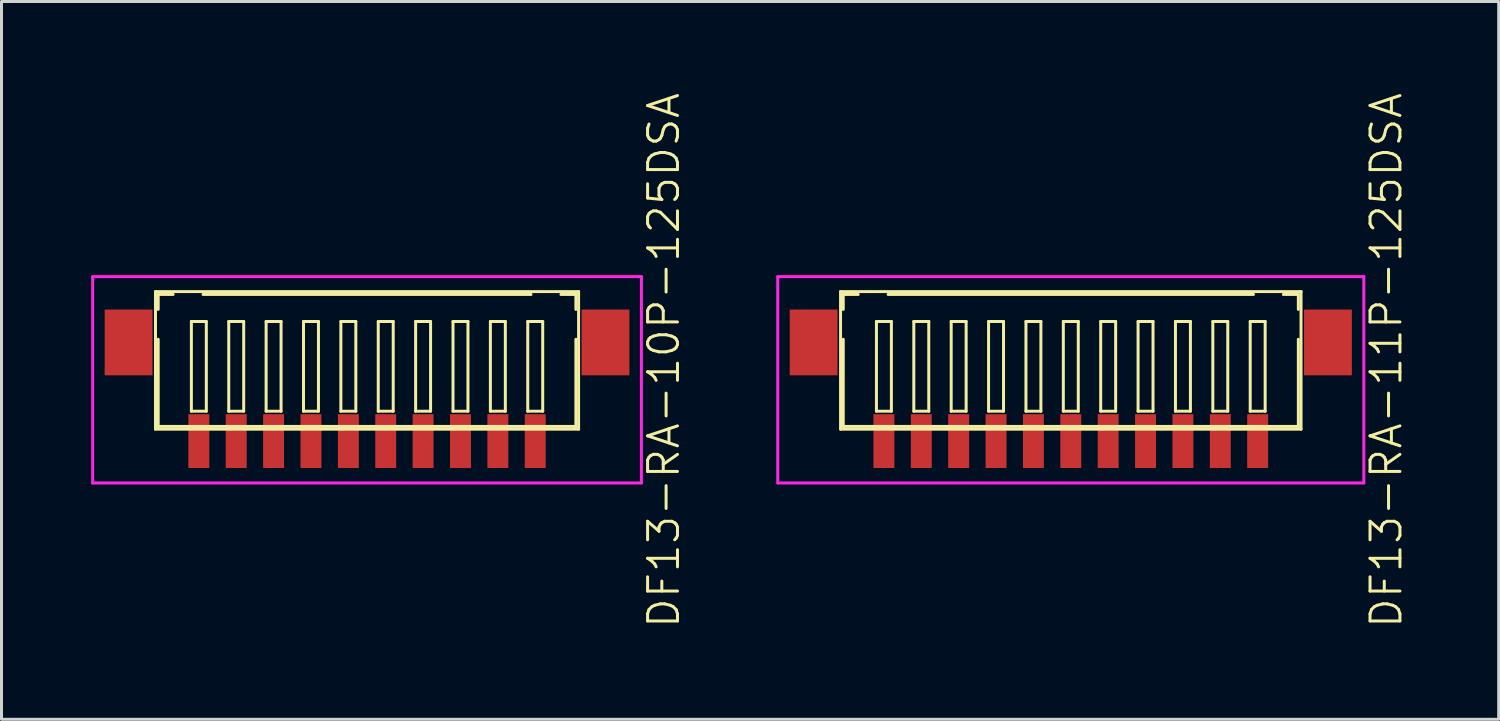
<source format=kicad_pcb>
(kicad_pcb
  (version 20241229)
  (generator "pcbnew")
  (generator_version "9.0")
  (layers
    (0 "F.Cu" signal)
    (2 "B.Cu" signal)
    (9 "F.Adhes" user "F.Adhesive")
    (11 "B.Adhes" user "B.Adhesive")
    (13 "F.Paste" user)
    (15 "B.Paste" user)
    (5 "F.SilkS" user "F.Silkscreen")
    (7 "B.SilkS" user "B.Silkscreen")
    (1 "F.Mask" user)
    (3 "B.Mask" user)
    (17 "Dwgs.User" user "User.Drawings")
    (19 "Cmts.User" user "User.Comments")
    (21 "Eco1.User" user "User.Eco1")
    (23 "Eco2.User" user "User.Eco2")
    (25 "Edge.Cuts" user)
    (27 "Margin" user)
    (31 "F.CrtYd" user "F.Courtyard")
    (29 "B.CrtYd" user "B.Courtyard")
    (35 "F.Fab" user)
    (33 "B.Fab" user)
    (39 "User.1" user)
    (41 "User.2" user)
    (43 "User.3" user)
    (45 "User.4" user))
  (footprint "DF13-RA-10P-125DSA"
    (layer "F.Cu")
    (at 9.225 11.702)
    (property "Reference" "DF13-RA-10P-125DSA" (at 9.925 -2.7 90) (layer "F.SilkS") (effects (font (size 1 1) (thickness 0.1))))
    (attr through_hole)
    (fp_line (start -7.075 -5) (end -7.075 -0.4) (stroke (width 0.1) (type solid)) (layer "F.SilkS"))
    (fp_line (start -7.075 -5) (end 7.075 -5) (stroke (width 0.1) (type solid)) (layer "F.SilkS"))
    (fp_line (start -7.075 -0.4) (end 7.075 -0.4) (stroke (width 0.1) (type solid)) (layer "F.SilkS"))
    (fp_line (start -6.985 -4.905) (end -6.985 -4.405) (stroke (width 0.1) (type solid)) (layer "F.SilkS"))
    (fp_line (start -6.985 -4.905) (end -6.485 -4.905) (stroke (width 0.1) (type solid)) (layer "F.SilkS"))
    (fp_line (start -6.985 -3.405) (end -6.985 -0.49) (stroke (width 0.1) (type solid)) (layer "F.SilkS"))
    (fp_line (start -6.985 -0.49) (end 6.985 -0.49) (stroke (width 0.1) (type solid)) (layer "F.SilkS"))
    (fp_line (start -5.875 -4) (end -5.875 -1) (stroke (width 0.1) (type solid)) (layer "F.SilkS"))
    (fp_line (start -5.875 -1) (end -5.375 -1) (stroke (width 0.1) (type solid)) (layer "F.SilkS"))
    (fp_line (start -5.485 -4.905) (end 5.485 -4.905) (stroke (width 0.1) (type solid)) (layer "F.SilkS"))
    (fp_line (start -5.375 -4) (end -5.875 -4) (stroke (width 0.1) (type solid)) (layer "F.SilkS"))
    (fp_line (start -5.375 -1) (end -5.375 -4) (stroke (width 0.1) (type solid)) (layer "F.SilkS"))
    (fp_line (start -4.625 -4) (end -4.625 -1) (stroke (width 0.1) (type solid)) (layer "F.SilkS"))
    (fp_line (start -4.625 -1) (end -4.125 -1) (stroke (width 0.1) (type solid)) (layer "F.SilkS"))
    (fp_line (start -4.125 -4) (end -4.625 -4) (stroke (width 0.1) (type solid)) (layer "F.SilkS"))
    (fp_line (start -4.125 -1) (end -4.125 -4) (stroke (width 0.1) (type solid)) (layer "F.SilkS"))
    (fp_line (start -3.375 -4) (end -3.375 -1) (stroke (width 0.1) (type solid)) (layer "F.SilkS"))
    (fp_line (start -3.375 -1) (end -2.875 -1) (stroke (width 0.1) (type solid)) (layer "F.SilkS"))
    (fp_line (start -2.875 -4) (end -3.375 -4) (stroke (width 0.1) (type solid)) (layer "F.SilkS"))
    (fp_line (start -2.875 -1) (end -2.875 -4) (stroke (width 0.1) (type solid)) (layer "F.SilkS"))
    (fp_line (start -2.125 -4) (end -2.125 -1) (stroke (width 0.1) (type solid)) (layer "F.SilkS"))
    (fp_line (start -2.125 -1) (end -1.625 -1) (stroke (width 0.1) (type solid)) (layer "F.SilkS"))
    (fp_line (start -1.625 -4) (end -2.125 -4) (stroke (width 0.1) (type solid)) (layer "F.SilkS"))
    (fp_line (start -1.625 -1) (end -1.625 -4) (stroke (width 0.1) (type solid)) (layer "F.SilkS"))
    (fp_line (start -0.875 -4) (end -0.875 -1) (stroke (width 0.1) (type solid)) (layer "F.SilkS"))
    (fp_line (start -0.875 -1) (end -0.375 -1) (stroke (width 0.1) (type solid)) (layer "F.SilkS"))
    (fp_line (start -0.375 -4) (end -0.875 -4) (stroke (width 0.1) (type solid)) (layer "F.SilkS"))
    (fp_line (start -0.375 -1) (end -0.375 -4) (stroke (width 0.1) (type solid)) (layer "F.SilkS"))
    (fp_line (start 0.375 -4) (end 0.375 -1) (stroke (width 0.1) (type solid)) (layer "F.SilkS"))
    (fp_line (start 0.375 -1) (end 0.875 -1) (stroke (width 0.1) (type solid)) (layer "F.SilkS"))
    (fp_line (start 0.875 -4) (end 0.375 -4) (stroke (width 0.1) (type solid)) (layer "F.SilkS"))
    (fp_line (start 0.875 -1) (end 0.875 -4) (stroke (width 0.1) (type solid)) (layer "F.SilkS"))
    (fp_line (start 1.625 -4) (end 1.625 -1) (stroke (width 0.1) (type solid)) (layer "F.SilkS"))
    (fp_line (start 1.625 -1) (end 2.125 -1) (stroke (width 0.1) (type solid)) (layer "F.SilkS"))
    (fp_line (start 2.125 -4) (end 1.625 -4) (stroke (width 0.1) (type solid)) (layer "F.SilkS"))
    (fp_line (start 2.125 -1) (end 2.125 -4) (stroke (width 0.1) (type solid)) (layer "F.SilkS"))
    (fp_line (start 2.875 -4) (end 2.875 -1) (stroke (width 0.1) (type solid)) (layer "F.SilkS"))
    (fp_line (start 2.875 -1) (end 3.375 -1) (stroke (width 0.1) (type solid)) (layer "F.SilkS"))
    (fp_line (start 3.375 -4) (end 2.875 -4) (stroke (width 0.1) (type solid)) (layer "F.SilkS"))
    (fp_line (start 3.375 -1) (end 3.375 -4) (stroke (width 0.1) (type solid)) (layer "F.SilkS"))
    (fp_line (start 4.125 -4) (end 4.125 -1) (stroke (width 0.1) (type solid)) (layer "F.SilkS"))
    (fp_line (start 4.125 -1) (end 4.625 -1) (stroke (width 0.1) (type solid)) (layer "F.SilkS"))
    (fp_line (start 4.625 -4) (end 4.125 -4) (stroke (width 0.1) (type solid)) (layer "F.SilkS"))
    (fp_line (start 4.625 -1) (end 4.625 -4) (stroke (width 0.1) (type solid)) (layer "F.SilkS"))
    (fp_line (start 5.375 -4) (end 5.375 -1) (stroke (width 0.1) (type solid)) (layer "F.SilkS"))
    (fp_line (start 5.375 -1) (end 5.875 -1) (stroke (width 0.1) (type solid)) (layer "F.SilkS"))
    (fp_line (start 5.875 -4) (end 5.375 -4) (stroke (width 0.1) (type solid)) (layer "F.SilkS"))
    (fp_line (start 5.875 -1) (end 5.875 -4) (stroke (width 0.1) (type solid)) (layer "F.SilkS"))
    (fp_line (start 6.485 -4.905) (end 6.985 -4.905) (stroke (width 0.1) (type solid)) (layer "F.SilkS"))
    (fp_line (start 6.985 -4.905) (end 6.985 -4.405) (stroke (width 0.1) (type solid)) (layer "F.SilkS"))
    (fp_line (start 6.985 -3.405) (end 6.985 -0.49) (stroke (width 0.1) (type solid)) (layer "F.SilkS"))
    (fp_line (start 7.075 -5) (end 7.075 -0.4) (stroke (width 0.1) (type solid)) (layer "F.SilkS"))
    (fp_line (start -9.175 -5.5) (end -9.175 1.4) (stroke (width 0.1) (type solid)) (layer "F.CrtYd"))
    (fp_line (start -9.175 1.4) (end 9.175 1.4) (stroke (width 0.1) (type solid)) (layer "F.CrtYd"))
    (fp_line (start 9.175 -5.5) (end -9.175 -5.5) (stroke (width 0.1) (type solid)) (layer "F.CrtYd"))
    (fp_line (start 9.175 1.4) (end 9.175 -5.5) (stroke (width 0.1) (type solid)) (layer "F.CrtYd"))
    (pad "1" smd rect (at -5.625 0) (size 0.7 1.8) (layers "F.Cu" "F.Mask" "F.Paste"))
    (pad "2" smd rect (at -4.375 0) (size 0.7 1.8) (layers "F.Cu" "F.Mask" "F.Paste"))
    (pad "3" smd rect (at -3.125 0) (size 0.7 1.8) (layers "F.Cu" "F.Mask" "F.Paste"))
    (pad "4" smd rect (at -1.875 0) (size 0.7 1.8) (layers "F.Cu" "F.Mask" "F.Paste"))
    (pad "5" smd rect (at -0.625 0) (size 0.7 1.8) (layers "F.Cu" "F.Mask" "F.Paste"))
    (pad "6" smd rect (at 0.625 0) (size 0.7 1.8) (layers "F.Cu" "F.Mask" "F.Paste"))
    (pad "7" smd rect (at 1.875 0) (size 0.7 1.8) (layers "F.Cu" "F.Mask" "F.Paste"))
    (pad "8" smd rect (at 3.125 0) (size 0.7 1.8) (layers "F.Cu" "F.Mask" "F.Paste"))
    (pad "9" smd rect (at 4.375 0) (size 0.7 1.8) (layers "F.Cu" "F.Mask" "F.Paste"))
    (pad "10" smd rect (at 5.625 0) (size 0.7 1.8) (layers "F.Cu" "F.Mask" "F.Paste"))
    (pad "S" smd rect (at -7.975 -3.3) (size 1.6 2.2) (layers "F.Cu" "F.Mask" "F.Paste"))
    (pad "S" smd rect (at 7.975 -3.3) (size 1.6 2.2) (layers "F.Cu" "F.Mask" "F.Paste")))
  (footprint "DF13-RA-11P-125DSA"
    (layer "F.Cu")
    (at 32.761 11.702)
    (property "Reference" "DF13-RA-11P-125DSA" (at 10.55 -2.7 90) (layer "F.SilkS") (effects (font (size 1 1) (thickness 0.1))))
    (attr through_hole)
    (fp_line (start -7.7 -5) (end -7.7 -0.4) (stroke (width 0.1) (type solid)) (layer "F.SilkS"))
    (fp_line (start -7.7 -5) (end 7.7 -5) (stroke (width 0.1) (type solid)) (layer "F.SilkS"))
    (fp_line (start -7.7 -0.4) (end 7.7 -0.4) (stroke (width 0.1) (type solid)) (layer "F.SilkS"))
    (fp_line (start -7.61 -4.905) (end -7.61 -4.405) (stroke (width 0.1) (type solid)) (layer "F.SilkS"))
    (fp_line (start -7.61 -4.905) (end -7.11 -4.905) (stroke (width 0.1) (type solid)) (layer "F.SilkS"))
    (fp_line (start -7.61 -3.405) (end -7.61 -0.49) (stroke (width 0.1) (type solid)) (layer "F.SilkS"))
    (fp_line (start -7.61 -0.49) (end 7.61 -0.49) (stroke (width 0.1) (type solid)) (layer "F.SilkS"))
    (fp_line (start -6.5 -4) (end -6.5 -1) (stroke (width 0.1) (type solid)) (layer "F.SilkS"))
    (fp_line (start -6.5 -1) (end -6 -1) (stroke (width 0.1) (type solid)) (layer "F.SilkS"))
    (fp_line (start -6.11 -4.905) (end 6.11 -4.905) (stroke (width 0.1) (type solid)) (layer "F.SilkS"))
    (fp_line (start -6 -4) (end -6.5 -4) (stroke (width 0.1) (type solid)) (layer "F.SilkS"))
    (fp_line (start -6 -1) (end -6 -4) (stroke (width 0.1) (type solid)) (layer "F.SilkS"))
    (fp_line (start -5.25 -4) (end -5.25 -1) (stroke (width 0.1) (type solid)) (layer "F.SilkS"))
    (fp_line (start -5.25 -1) (end -4.75 -1) (stroke (width 0.1) (type solid)) (layer "F.SilkS"))
    (fp_line (start -4.75 -4) (end -5.25 -4) (stroke (width 0.1) (type solid)) (layer "F.SilkS"))
    (fp_line (start -4.75 -1) (end -4.75 -4) (stroke (width 0.1) (type solid)) (layer "F.SilkS"))
    (fp_line (start -4 -4) (end -4 -1) (stroke (width 0.1) (type solid)) (layer "F.SilkS"))
    (fp_line (start -4 -1) (end -3.5 -1) (stroke (width 0.1) (type solid)) (layer "F.SilkS"))
    (fp_line (start -3.5 -4) (end -4 -4) (stroke (width 0.1) (type solid)) (layer "F.SilkS"))
    (fp_line (start -3.5 -1) (end -3.5 -4) (stroke (width 0.1) (type solid)) (layer "F.SilkS"))
    (fp_line (start -2.75 -4) (end -2.75 -1) (stroke (width 0.1) (type solid)) (layer "F.SilkS"))
    (fp_line (start -2.75 -1) (end -2.25 -1) (stroke (width 0.1) (type solid)) (layer "F.SilkS"))
    (fp_line (start -2.25 -4) (end -2.75 -4) (stroke (width 0.1) (type solid)) (layer "F.SilkS"))
    (fp_line (start -2.25 -1) (end -2.25 -4) (stroke (width 0.1) (type solid)) (layer "F.SilkS"))
    (fp_line (start -1.5 -4) (end -1.5 -1) (stroke (width 0.1) (type solid)) (layer "F.SilkS"))
    (fp_line (start -1.5 -1) (end -1 -1) (stroke (width 0.1) (type solid)) (layer "F.SilkS"))
    (fp_line (start -1 -4) (end -1.5 -4) (stroke (width 0.1) (type solid)) (layer "F.SilkS"))
    (fp_line (start -1 -1) (end -1 -4) (stroke (width 0.1) (type solid)) (layer "F.SilkS"))
    (fp_line (start -0.25 -4) (end -0.25 -1) (stroke (width 0.1) (type solid)) (layer "F.SilkS"))
    (fp_line (start -0.25 -1) (end 0.25 -1) (stroke (width 0.1) (type solid)) (layer "F.SilkS"))
    (fp_line (start 0.25 -4) (end -0.25 -4) (stroke (width 0.1) (type solid)) (layer "F.SilkS"))
    (fp_line (start 0.25 -1) (end 0.25 -4) (stroke (width 0.1) (type solid)) (layer "F.SilkS"))
    (fp_line (start 1 -4) (end 1 -1) (stroke (width 0.1) (type solid)) (layer "F.SilkS"))
    (fp_line (start 1 -1) (end 1.5 -1) (stroke (width 0.1) (type solid)) (layer "F.SilkS"))
    (fp_line (start 1.5 -4) (end 1 -4) (stroke (width 0.1) (type solid)) (layer "F.SilkS"))
    (fp_line (start 1.5 -1) (end 1.5 -4) (stroke (width 0.1) (type solid)) (layer "F.SilkS"))
    (fp_line (start 2.25 -4) (end 2.25 -1) (stroke (width 0.1) (type solid)) (layer "F.SilkS"))
    (fp_line (start 2.25 -1) (end 2.75 -1) (stroke (width 0.1) (type solid)) (layer "F.SilkS"))
    (fp_line (start 2.75 -4) (end 2.25 -4) (stroke (width 0.1) (type solid)) (layer "F.SilkS"))
    (fp_line (start 2.75 -1) (end 2.75 -4) (stroke (width 0.1) (type solid)) (layer "F.SilkS"))
    (fp_line (start 3.5 -4) (end 3.5 -1) (stroke (width 0.1) (type solid)) (layer "F.SilkS"))
    (fp_line (start 3.5 -1) (end 4 -1) (stroke (width 0.1) (type solid)) (layer "F.SilkS"))
    (fp_line (start 4 -4) (end 3.5 -4) (stroke (width 0.1) (type solid)) (layer "F.SilkS"))
    (fp_line (start 4 -1) (end 4 -4) (stroke (width 0.1) (type solid)) (layer "F.SilkS"))
    (fp_line (start 4.75 -4) (end 4.75 -1) (stroke (width 0.1) (type solid)) (layer "F.SilkS"))
    (fp_line (start 4.75 -1) (end 5.25 -1) (stroke (width 0.1) (type solid)) (layer "F.SilkS"))
    (fp_line (start 5.25 -4) (end 4.75 -4) (stroke (width 0.1) (type solid)) (layer "F.SilkS"))
    (fp_line (start 5.25 -1) (end 5.25 -4) (stroke (width 0.1) (type solid)) (layer "F.SilkS"))
    (fp_line (start 6 -4) (end 6 -1) (stroke (width 0.1) (type solid)) (layer "F.SilkS"))
    (fp_line (start 6 -1) (end 6.5 -1) (stroke (width 0.1) (type solid)) (layer "F.SilkS"))
    (fp_line (start 6.5 -4) (end 6 -4) (stroke (width 0.1) (type solid)) (layer "F.SilkS"))
    (fp_line (start 6.5 -1) (end 6.5 -4) (stroke (width 0.1) (type solid)) (layer "F.SilkS"))
    (fp_line (start 7.11 -4.905) (end 7.61 -4.905) (stroke (width 0.1) (type solid)) (layer "F.SilkS"))
    (fp_line (start 7.61 -4.905) (end 7.61 -4.405) (stroke (width 0.1) (type solid)) (layer "F.SilkS"))
    (fp_line (start 7.61 -3.405) (end 7.61 -0.49) (stroke (width 0.1) (type solid)) (layer "F.SilkS"))
    (fp_line (start 7.7 -5) (end 7.7 -0.4) (stroke (width 0.1) (type solid)) (layer "F.SilkS"))
    (fp_line (start -9.8 -5.5) (end -9.8 1.4) (stroke (width 0.1) (type solid)) (layer "F.CrtYd"))
    (fp_line (start -9.8 1.4) (end 9.8 1.4) (stroke (width 0.1) (type solid)) (layer "F.CrtYd"))
    (fp_line (start 9.8 -5.5) (end -9.8 -5.5) (stroke (width 0.1) (type solid)) (layer "F.CrtYd"))
    (fp_line (start 9.8 1.4) (end 9.8 -5.5) (stroke (width 0.1) (type solid)) (layer "F.CrtYd"))
    (pad "1" smd rect (at -6.25 0) (size 0.7 1.8) (layers "F.Cu" "F.Mask" "F.Paste"))
    (pad "2" smd rect (at -5 0) (size 0.7 1.8) (layers "F.Cu" "F.Mask" "F.Paste"))
    (pad "3" smd rect (at -3.75 0) (size 0.7 1.8) (layers "F.Cu" "F.Mask" "F.Paste"))
    (pad "4" smd rect (at -2.5 0) (size 0.7 1.8) (layers "F.Cu" "F.Mask" "F.Paste"))
    (pad "5" smd rect (at -1.25 0) (size 0.7 1.8) (layers "F.Cu" "F.Mask" "F.Paste"))
    (pad "6" smd rect (at 0 0) (size 0.7 1.8) (layers "F.Cu" "F.Mask" "F.Paste"))
    (pad "7" smd rect (at 1.25 0) (size 0.7 1.8) (layers "F.Cu" "F.Mask" "F.Paste"))
    (pad "8" smd rect (at 2.5 0) (size 0.7 1.8) (layers "F.Cu" "F.Mask" "F.Paste"))
    (pad "9" smd rect (at 3.75 0) (size 0.7 1.8) (layers "F.Cu" "F.Mask" "F.Paste"))
    (pad "10" smd rect (at 5 0) (size 0.7 1.8) (layers "F.Cu" "F.Mask" "F.Paste"))
    (pad "11" smd rect (at 6.25 0) (size 0.7 1.8) (layers "F.Cu" "F.Mask" "F.Paste"))
    (pad "S" smd rect (at -8.6 -3.3) (size 1.6 2.2) (layers "F.Cu" "F.Mask" "F.Paste"))
    (pad "S" smd rect (at 8.6 -3.3) (size 1.6 2.2) (layers "F.Cu" "F.Mask" "F.Paste")))
  (gr_rect
    (start -3 -3)
    (end 47.071 21.005)
    (stroke (width 0.1) (type default))
    (fill no)
    (layer "Edge.Cuts")))
</source>
